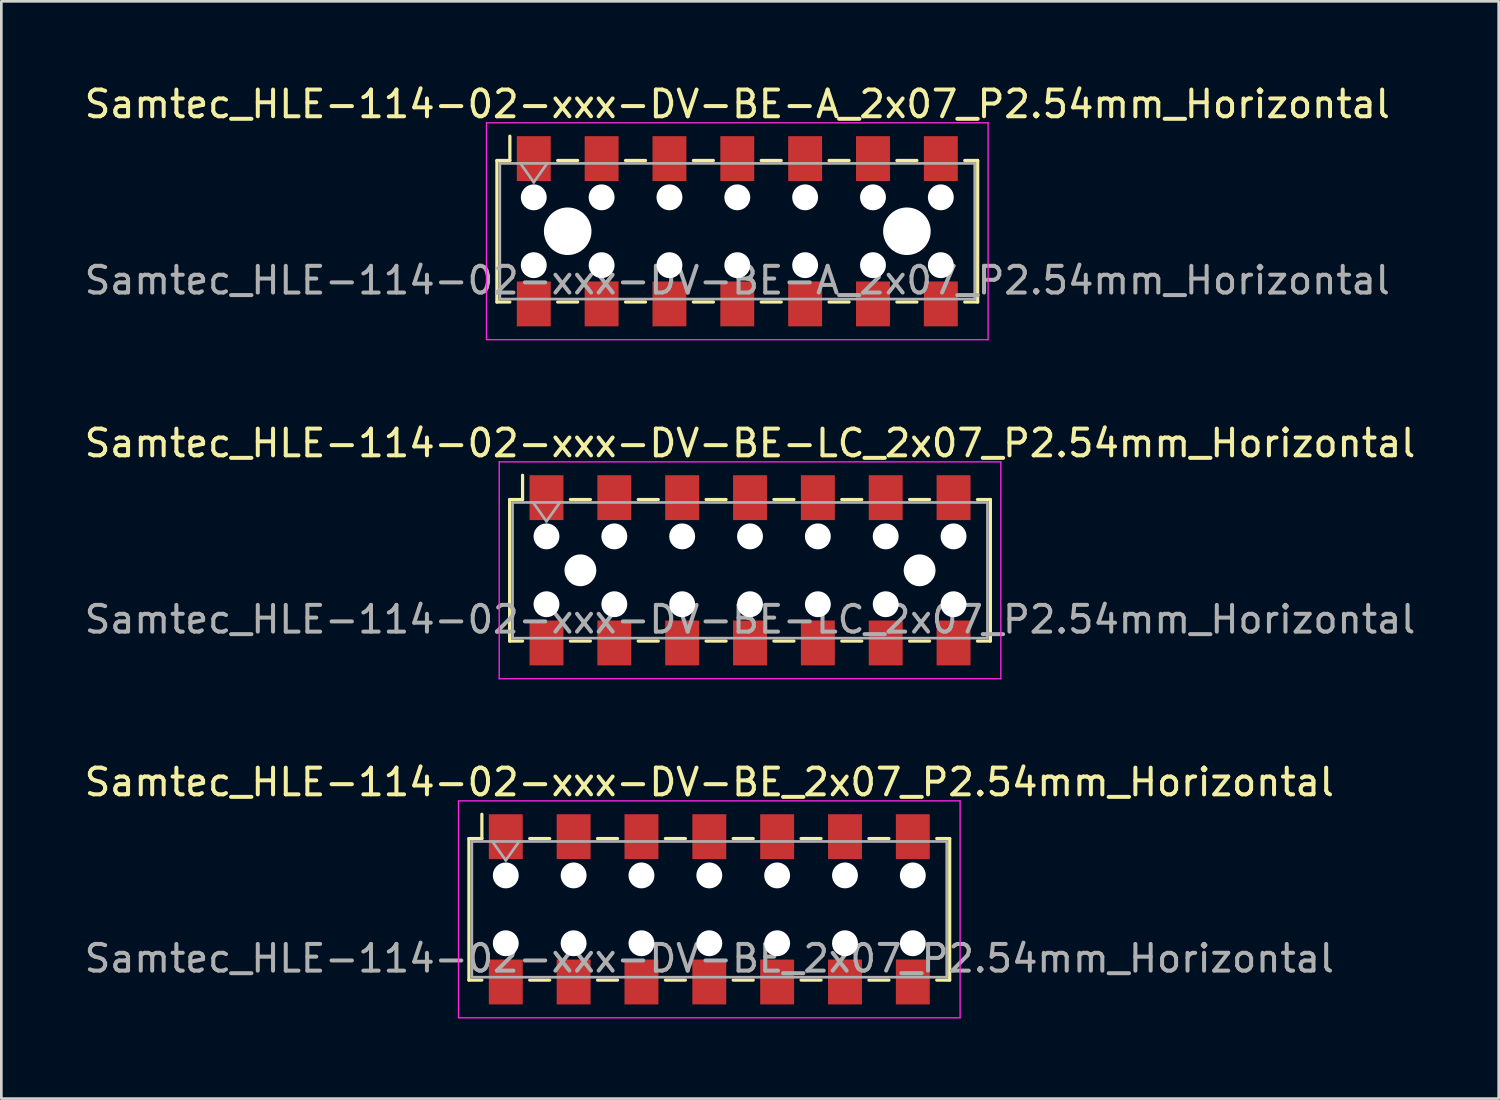
<source format=kicad_pcb>
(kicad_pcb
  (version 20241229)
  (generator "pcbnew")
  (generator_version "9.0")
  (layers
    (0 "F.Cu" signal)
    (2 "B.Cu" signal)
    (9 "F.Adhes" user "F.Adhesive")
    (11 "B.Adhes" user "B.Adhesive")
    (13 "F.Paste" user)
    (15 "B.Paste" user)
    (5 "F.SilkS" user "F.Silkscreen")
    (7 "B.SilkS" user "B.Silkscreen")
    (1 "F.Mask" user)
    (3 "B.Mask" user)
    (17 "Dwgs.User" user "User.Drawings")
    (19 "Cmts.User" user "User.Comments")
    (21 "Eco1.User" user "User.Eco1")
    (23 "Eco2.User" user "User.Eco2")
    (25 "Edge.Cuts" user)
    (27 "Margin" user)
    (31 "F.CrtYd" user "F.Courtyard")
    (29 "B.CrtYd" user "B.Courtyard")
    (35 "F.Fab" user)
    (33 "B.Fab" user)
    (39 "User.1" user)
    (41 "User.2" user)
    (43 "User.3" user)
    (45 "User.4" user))
  (footprint "Samtec_HLE-114-02-xxx-DV-BE_2x07_P2.54mm_Horizontal"
    (layer "F.Cu")
    (at 23.506 30.995)
    (property "Reference" "Samtec_HLE-114-02-xxx-DV-BE_2x07_P2.54mm_Horizontal" (at 0 -4.76 0) (layer "F.SilkS") (effects (font (size 1 1) (thickness 0.15))))
    (attr smd)
    (fp_line (start -9 -2.65) (end -9 2.65) (stroke (width 0.12) (type solid)) (layer "F.SilkS"))
    (fp_line (start -9 2.65) (end -8.515 2.65) (stroke (width 0.12) (type solid)) (layer "F.SilkS"))
    (fp_line (start -8.515 -3.56) (end -8.515 -2.65) (stroke (width 0.12) (type solid)) (layer "F.SilkS"))
    (fp_line (start -8.515 -2.65) (end -9 -2.65) (stroke (width 0.12) (type solid)) (layer "F.SilkS"))
    (fp_line (start -6.725 -2.65) (end -5.975 -2.65) (stroke (width 0.12) (type solid)) (layer "F.SilkS"))
    (fp_line (start -6.725 2.65) (end -5.975 2.65) (stroke (width 0.12) (type solid)) (layer "F.SilkS"))
    (fp_line (start -4.185 -2.65) (end -3.435 -2.65) (stroke (width 0.12) (type solid)) (layer "F.SilkS"))
    (fp_line (start -4.185 2.65) (end -3.435 2.65) (stroke (width 0.12) (type solid)) (layer "F.SilkS"))
    (fp_line (start -1.645 -2.65) (end -0.895 -2.65) (stroke (width 0.12) (type solid)) (layer "F.SilkS"))
    (fp_line (start -1.645 2.65) (end -0.895 2.65) (stroke (width 0.12) (type solid)) (layer "F.SilkS"))
    (fp_line (start 0.895 -2.65) (end 1.645 -2.65) (stroke (width 0.12) (type solid)) (layer "F.SilkS"))
    (fp_line (start 0.895 2.65) (end 1.645 2.65) (stroke (width 0.12) (type solid)) (layer "F.SilkS"))
    (fp_line (start 3.435 -2.65) (end 4.185 -2.65) (stroke (width 0.12) (type solid)) (layer "F.SilkS"))
    (fp_line (start 3.435 2.65) (end 4.185 2.65) (stroke (width 0.12) (type solid)) (layer "F.SilkS"))
    (fp_line (start 5.975 -2.65) (end 6.725 -2.65) (stroke (width 0.12) (type solid)) (layer "F.SilkS"))
    (fp_line (start 5.975 2.65) (end 6.725 2.65) (stroke (width 0.12) (type solid)) (layer "F.SilkS"))
    (fp_line (start 8.515 -2.65) (end 9 -2.65) (stroke (width 0.12) (type solid)) (layer "F.SilkS"))
    (fp_line (start 9 -2.65) (end 9 2.65) (stroke (width 0.12) (type solid)) (layer "F.SilkS"))
    (fp_line (start 9 2.65) (end 8.515 2.65) (stroke (width 0.12) (type solid)) (layer "F.SilkS"))
    (fp_line (start -9.39 -4.06) (end 9.39 -4.06) (stroke (width 0.05) (type solid)) (layer "F.CrtYd"))
    (fp_line (start -9.39 4.06) (end -9.39 -4.06) (stroke (width 0.05) (type solid)) (layer "F.CrtYd"))
    (fp_line (start 9.39 -4.06) (end 9.39 4.06) (stroke (width 0.05) (type solid)) (layer "F.CrtYd"))
    (fp_line (start 9.39 4.06) (end -9.39 4.06) (stroke (width 0.05) (type solid)) (layer "F.CrtYd"))
    (fp_line (start -8.89 -2.54) (end 8.89 -2.54) (stroke (width 0.1) (type solid)) (layer "F.Fab"))
    (fp_line (start -8.89 2.54) (end -8.89 -2.54) (stroke (width 0.1) (type solid)) (layer "F.Fab"))
    (fp_line (start -8.12 -2.54) (end -7.62 -1.833) (stroke (width 0.1) (type solid)) (layer "F.Fab"))
    (fp_line (start -7.62 -1.833) (end -7.12 -2.54) (stroke (width 0.1) (type solid)) (layer "F.Fab"))
    (fp_line (start 8.89 -2.54) (end 8.89 2.54) (stroke (width 0.1) (type solid)) (layer "F.Fab"))
    (fp_line (start 8.89 2.54) (end -8.89 2.54) (stroke (width 0.1) (type solid)) (layer "F.Fab"))
    (fp_text user "${REFERENCE}" (at 0 1.84 0) (layer "F.Fab") (effects (font (size 1 1) (thickness 0.15))))
    (pad "" np_thru_hole circle (at -7.62 -1.27) (size 0.97 0.97) (drill 0.97) (layers "*.Cu" "*.Mask"))
    (pad "" np_thru_hole circle (at -7.62 1.27) (size 0.97 0.97) (drill 0.97) (layers "*.Cu" "*.Mask"))
    (pad "" np_thru_hole circle (at -5.08 -1.27) (size 0.97 0.97) (drill 0.97) (layers "*.Cu" "*.Mask"))
    (pad "" np_thru_hole circle (at -5.08 1.27) (size 0.97 0.97) (drill 0.97) (layers "*.Cu" "*.Mask"))
    (pad "" np_thru_hole circle (at -2.54 -1.27) (size 0.97 0.97) (drill 0.97) (layers "*.Cu" "*.Mask"))
    (pad "" np_thru_hole circle (at -2.54 1.27) (size 0.97 0.97) (drill 0.97) (layers "*.Cu" "*.Mask"))
    (pad "" np_thru_hole circle (at 0 -1.27) (size 0.97 0.97) (drill 0.97) (layers "*.Cu" "*.Mask"))
    (pad "" np_thru_hole circle (at 0 1.27) (size 0.97 0.97) (drill 0.97) (layers "*.Cu" "*.Mask"))
    (pad "" np_thru_hole circle (at 2.54 -1.27) (size 0.97 0.97) (drill 0.97) (layers "*.Cu" "*.Mask"))
    (pad "" np_thru_hole circle (at 2.54 1.27) (size 0.97 0.97) (drill 0.97) (layers "*.Cu" "*.Mask"))
    (pad "" np_thru_hole circle (at 5.08 -1.27) (size 0.97 0.97) (drill 0.97) (layers "*.Cu" "*.Mask"))
    (pad "" np_thru_hole circle (at 5.08 1.27) (size 0.97 0.97) (drill 0.97) (layers "*.Cu" "*.Mask"))
    (pad "" np_thru_hole circle (at 7.62 -1.27) (size 0.97 0.97) (drill 0.97) (layers "*.Cu" "*.Mask"))
    (pad "" np_thru_hole circle (at 7.62 1.27) (size 0.97 0.97) (drill 0.97) (layers "*.Cu" "*.Mask"))
    (pad "1" smd rect (at -7.62 -2.72) (size 1.27 1.68) (layers "F.Cu" "F.Mask" "F.Paste"))
    (pad "2" smd rect (at -7.62 2.72) (size 1.27 1.68) (layers "F.Cu" "F.Mask" "F.Paste"))
    (pad "3" smd rect (at -5.08 -2.72) (size 1.27 1.68) (layers "F.Cu" "F.Mask" "F.Paste"))
    (pad "4" smd rect (at -5.08 2.72) (size 1.27 1.68) (layers "F.Cu" "F.Mask" "F.Paste"))
    (pad "5" smd rect (at -2.54 -2.72) (size 1.27 1.68) (layers "F.Cu" "F.Mask" "F.Paste"))
    (pad "6" smd rect (at -2.54 2.72) (size 1.27 1.68) (layers "F.Cu" "F.Mask" "F.Paste"))
    (pad "7" smd rect (at 0 -2.72) (size 1.27 1.68) (layers "F.Cu" "F.Mask" "F.Paste"))
    (pad "8" smd rect (at 0 2.72) (size 1.27 1.68) (layers "F.Cu" "F.Mask" "F.Paste"))
    (pad "9" smd rect (at 2.54 -2.72) (size 1.27 1.68) (layers "F.Cu" "F.Mask" "F.Paste"))
    (pad "10" smd rect (at 2.54 2.72) (size 1.27 1.68) (layers "F.Cu" "F.Mask" "F.Paste"))
    (pad "11" smd rect (at 5.08 -2.72) (size 1.27 1.68) (layers "F.Cu" "F.Mask" "F.Paste"))
    (pad "12" smd rect (at 5.08 2.72) (size 1.27 1.68) (layers "F.Cu" "F.Mask" "F.Paste"))
    (pad "13" smd rect (at 7.62 -2.72) (size 1.27 1.68) (layers "F.Cu" "F.Mask" "F.Paste"))
    (pad "14" smd rect (at 7.62 2.72) (size 1.27 1.68) (layers "F.Cu" "F.Mask" "F.Paste")))
  (footprint "Samtec_HLE-114-02-xxx-DV-BE-LC_2x07_P2.54mm_Horizontal"
    (layer "F.Cu")
    (at 25.03 18.302)
    (property "Reference" "Samtec_HLE-114-02-xxx-DV-BE-LC_2x07_P2.54mm_Horizontal" (at 0 -4.76 0) (layer "F.SilkS") (effects (font (size 1 1) (thickness 0.15))))
    (attr smd)
    (fp_line (start -9 -2.65) (end -9 2.65) (stroke (width 0.12) (type solid)) (layer "F.SilkS"))
    (fp_line (start -9 2.65) (end -8.515 2.65) (stroke (width 0.12) (type solid)) (layer "F.SilkS"))
    (fp_line (start -8.515 -3.56) (end -8.515 -2.65) (stroke (width 0.12) (type solid)) (layer "F.SilkS"))
    (fp_line (start -8.515 -2.65) (end -9 -2.65) (stroke (width 0.12) (type solid)) (layer "F.SilkS"))
    (fp_line (start -6.725 -2.65) (end -5.975 -2.65) (stroke (width 0.12) (type solid)) (layer "F.SilkS"))
    (fp_line (start -6.725 2.65) (end -5.975 2.65) (stroke (width 0.12) (type solid)) (layer "F.SilkS"))
    (fp_line (start -4.185 -2.65) (end -3.435 -2.65) (stroke (width 0.12) (type solid)) (layer "F.SilkS"))
    (fp_line (start -4.185 2.65) (end -3.435 2.65) (stroke (width 0.12) (type solid)) (layer "F.SilkS"))
    (fp_line (start -1.645 -2.65) (end -0.895 -2.65) (stroke (width 0.12) (type solid)) (layer "F.SilkS"))
    (fp_line (start -1.645 2.65) (end -0.895 2.65) (stroke (width 0.12) (type solid)) (layer "F.SilkS"))
    (fp_line (start 0.895 -2.65) (end 1.645 -2.65) (stroke (width 0.12) (type solid)) (layer "F.SilkS"))
    (fp_line (start 0.895 2.65) (end 1.645 2.65) (stroke (width 0.12) (type solid)) (layer "F.SilkS"))
    (fp_line (start 3.435 -2.65) (end 4.185 -2.65) (stroke (width 0.12) (type solid)) (layer "F.SilkS"))
    (fp_line (start 3.435 2.65) (end 4.185 2.65) (stroke (width 0.12) (type solid)) (layer "F.SilkS"))
    (fp_line (start 5.975 -2.65) (end 6.725 -2.65) (stroke (width 0.12) (type solid)) (layer "F.SilkS"))
    (fp_line (start 5.975 2.65) (end 6.725 2.65) (stroke (width 0.12) (type solid)) (layer "F.SilkS"))
    (fp_line (start 8.515 -2.65) (end 9 -2.65) (stroke (width 0.12) (type solid)) (layer "F.SilkS"))
    (fp_line (start 9 -2.65) (end 9 2.65) (stroke (width 0.12) (type solid)) (layer "F.SilkS"))
    (fp_line (start 9 2.65) (end 8.515 2.65) (stroke (width 0.12) (type solid)) (layer "F.SilkS"))
    (fp_line (start -9.39 -4.06) (end 9.39 -4.06) (stroke (width 0.05) (type solid)) (layer "F.CrtYd"))
    (fp_line (start -9.39 4.06) (end -9.39 -4.06) (stroke (width 0.05) (type solid)) (layer "F.CrtYd"))
    (fp_line (start 9.39 -4.06) (end 9.39 4.06) (stroke (width 0.05) (type solid)) (layer "F.CrtYd"))
    (fp_line (start 9.39 4.06) (end -9.39 4.06) (stroke (width 0.05) (type solid)) (layer "F.CrtYd"))
    (fp_line (start -8.89 -2.54) (end 8.89 -2.54) (stroke (width 0.1) (type solid)) (layer "F.Fab"))
    (fp_line (start -8.89 2.54) (end -8.89 -2.54) (stroke (width 0.1) (type solid)) (layer "F.Fab"))
    (fp_line (start -8.12 -2.54) (end -7.62 -1.833) (stroke (width 0.1) (type solid)) (layer "F.Fab"))
    (fp_line (start -7.62 -1.833) (end -7.12 -2.54) (stroke (width 0.1) (type solid)) (layer "F.Fab"))
    (fp_line (start 8.89 -2.54) (end 8.89 2.54) (stroke (width 0.1) (type solid)) (layer "F.Fab"))
    (fp_line (start 8.89 2.54) (end -8.89 2.54) (stroke (width 0.1) (type solid)) (layer "F.Fab"))
    (fp_text user "${REFERENCE}" (at 0 1.84 0) (layer "F.Fab") (effects (font (size 1 1) (thickness 0.15))))
    (pad "" np_thru_hole circle (at -7.62 -1.27) (size 0.97 0.97) (drill 0.97) (layers "*.Cu" "*.Mask"))
    (pad "" np_thru_hole circle (at -7.62 1.27) (size 0.97 0.97) (drill 0.97) (layers "*.Cu" "*.Mask"))
    (pad "" np_thru_hole circle (at -6.35 0) (size 1.19 1.19) (drill 1.19) (layers "*.Cu" "*.Mask"))
    (pad "" np_thru_hole circle (at -5.08 -1.27) (size 0.97 0.97) (drill 0.97) (layers "*.Cu" "*.Mask"))
    (pad "" np_thru_hole circle (at -5.08 1.27) (size 0.97 0.97) (drill 0.97) (layers "*.Cu" "*.Mask"))
    (pad "" np_thru_hole circle (at -2.54 -1.27) (size 0.97 0.97) (drill 0.97) (layers "*.Cu" "*.Mask"))
    (pad "" np_thru_hole circle (at -2.54 1.27) (size 0.97 0.97) (drill 0.97) (layers "*.Cu" "*.Mask"))
    (pad "" np_thru_hole circle (at 0 -1.27) (size 0.97 0.97) (drill 0.97) (layers "*.Cu" "*.Mask"))
    (pad "" np_thru_hole circle (at 0 1.27) (size 0.97 0.97) (drill 0.97) (layers "*.Cu" "*.Mask"))
    (pad "" np_thru_hole circle (at 2.54 -1.27) (size 0.97 0.97) (drill 0.97) (layers "*.Cu" "*.Mask"))
    (pad "" np_thru_hole circle (at 2.54 1.27) (size 0.97 0.97) (drill 0.97) (layers "*.Cu" "*.Mask"))
    (pad "" np_thru_hole circle (at 5.08 -1.27) (size 0.97 0.97) (drill 0.97) (layers "*.Cu" "*.Mask"))
    (pad "" np_thru_hole circle (at 5.08 1.27) (size 0.97 0.97) (drill 0.97) (layers "*.Cu" "*.Mask"))
    (pad "" np_thru_hole circle (at 6.35 0) (size 1.19 1.19) (drill 1.19) (layers "*.Cu" "*.Mask"))
    (pad "" np_thru_hole circle (at 7.62 -1.27) (size 0.97 0.97) (drill 0.97) (layers "*.Cu" "*.Mask"))
    (pad "" np_thru_hole circle (at 7.62 1.27) (size 0.97 0.97) (drill 0.97) (layers "*.Cu" "*.Mask"))
    (pad "1" smd rect (at -7.62 -2.72) (size 1.27 1.68) (layers "F.Cu" "F.Mask" "F.Paste"))
    (pad "2" smd rect (at -7.62 2.72) (size 1.27 1.68) (layers "F.Cu" "F.Mask" "F.Paste"))
    (pad "3" smd rect (at -5.08 -2.72) (size 1.27 1.68) (layers "F.Cu" "F.Mask" "F.Paste"))
    (pad "4" smd rect (at -5.08 2.72) (size 1.27 1.68) (layers "F.Cu" "F.Mask" "F.Paste"))
    (pad "5" smd rect (at -2.54 -2.72) (size 1.27 1.68) (layers "F.Cu" "F.Mask" "F.Paste"))
    (pad "6" smd rect (at -2.54 2.72) (size 1.27 1.68) (layers "F.Cu" "F.Mask" "F.Paste"))
    (pad "7" smd rect (at 0 -2.72) (size 1.27 1.68) (layers "F.Cu" "F.Mask" "F.Paste"))
    (pad "8" smd rect (at 0 2.72) (size 1.27 1.68) (layers "F.Cu" "F.Mask" "F.Paste"))
    (pad "9" smd rect (at 2.54 -2.72) (size 1.27 1.68) (layers "F.Cu" "F.Mask" "F.Paste"))
    (pad "10" smd rect (at 2.54 2.72) (size 1.27 1.68) (layers "F.Cu" "F.Mask" "F.Paste"))
    (pad "11" smd rect (at 5.08 -2.72) (size 1.27 1.68) (layers "F.Cu" "F.Mask" "F.Paste"))
    (pad "12" smd rect (at 5.08 2.72) (size 1.27 1.68) (layers "F.Cu" "F.Mask" "F.Paste"))
    (pad "13" smd rect (at 7.62 -2.72) (size 1.27 1.68) (layers "F.Cu" "F.Mask" "F.Paste"))
    (pad "14" smd rect (at 7.62 2.72) (size 1.27 1.68) (layers "F.Cu" "F.Mask" "F.Paste")))
  (footprint "Samtec_HLE-114-02-xxx-DV-BE-A_2x07_P2.54mm_Horizontal"
    (layer "F.Cu")
    (at 24.554 5.608)
    (property "Reference" "Samtec_HLE-114-02-xxx-DV-BE-A_2x07_P2.54mm_Horizontal" (at 0 -4.76 0) (layer "F.SilkS") (effects (font (size 1 1) (thickness 0.15))))
    (attr smd)
    (fp_line (start -9 -2.65) (end -9 2.65) (stroke (width 0.12) (type solid)) (layer "F.SilkS"))
    (fp_line (start -9 2.65) (end -8.515 2.65) (stroke (width 0.12) (type solid)) (layer "F.SilkS"))
    (fp_line (start -8.515 -3.56) (end -8.515 -2.65) (stroke (width 0.12) (type solid)) (layer "F.SilkS"))
    (fp_line (start -8.515 -2.65) (end -9 -2.65) (stroke (width 0.12) (type solid)) (layer "F.SilkS"))
    (fp_line (start -6.725 -2.65) (end -5.975 -2.65) (stroke (width 0.12) (type solid)) (layer "F.SilkS"))
    (fp_line (start -6.725 2.65) (end -5.975 2.65) (stroke (width 0.12) (type solid)) (layer "F.SilkS"))
    (fp_line (start -4.185 -2.65) (end -3.435 -2.65) (stroke (width 0.12) (type solid)) (layer "F.SilkS"))
    (fp_line (start -4.185 2.65) (end -3.435 2.65) (stroke (width 0.12) (type solid)) (layer "F.SilkS"))
    (fp_line (start -1.645 -2.65) (end -0.895 -2.65) (stroke (width 0.12) (type solid)) (layer "F.SilkS"))
    (fp_line (start -1.645 2.65) (end -0.895 2.65) (stroke (width 0.12) (type solid)) (layer "F.SilkS"))
    (fp_line (start 0.895 -2.65) (end 1.645 -2.65) (stroke (width 0.12) (type solid)) (layer "F.SilkS"))
    (fp_line (start 0.895 2.65) (end 1.645 2.65) (stroke (width 0.12) (type solid)) (layer "F.SilkS"))
    (fp_line (start 3.435 -2.65) (end 4.185 -2.65) (stroke (width 0.12) (type solid)) (layer "F.SilkS"))
    (fp_line (start 3.435 2.65) (end 4.185 2.65) (stroke (width 0.12) (type solid)) (layer "F.SilkS"))
    (fp_line (start 5.975 -2.65) (end 6.725 -2.65) (stroke (width 0.12) (type solid)) (layer "F.SilkS"))
    (fp_line (start 5.975 2.65) (end 6.725 2.65) (stroke (width 0.12) (type solid)) (layer "F.SilkS"))
    (fp_line (start 8.515 -2.65) (end 9 -2.65) (stroke (width 0.12) (type solid)) (layer "F.SilkS"))
    (fp_line (start 9 -2.65) (end 9 2.65) (stroke (width 0.12) (type solid)) (layer "F.SilkS"))
    (fp_line (start 9 2.65) (end 8.515 2.65) (stroke (width 0.12) (type solid)) (layer "F.SilkS"))
    (fp_line (start -9.39 -4.06) (end 9.39 -4.06) (stroke (width 0.05) (type solid)) (layer "F.CrtYd"))
    (fp_line (start -9.39 4.06) (end -9.39 -4.06) (stroke (width 0.05) (type solid)) (layer "F.CrtYd"))
    (fp_line (start 9.39 -4.06) (end 9.39 4.06) (stroke (width 0.05) (type solid)) (layer "F.CrtYd"))
    (fp_line (start 9.39 4.06) (end -9.39 4.06) (stroke (width 0.05) (type solid)) (layer "F.CrtYd"))
    (fp_line (start -8.89 -2.54) (end 8.89 -2.54) (stroke (width 0.1) (type solid)) (layer "F.Fab"))
    (fp_line (start -8.89 2.54) (end -8.89 -2.54) (stroke (width 0.1) (type solid)) (layer "F.Fab"))
    (fp_line (start -8.12 -2.54) (end -7.62 -1.833) (stroke (width 0.1) (type solid)) (layer "F.Fab"))
    (fp_line (start -7.62 -1.833) (end -7.12 -2.54) (stroke (width 0.1) (type solid)) (layer "F.Fab"))
    (fp_line (start 8.89 -2.54) (end 8.89 2.54) (stroke (width 0.1) (type solid)) (layer "F.Fab"))
    (fp_line (start 8.89 2.54) (end -8.89 2.54) (stroke (width 0.1) (type solid)) (layer "F.Fab"))
    (fp_text user "${REFERENCE}" (at 0 1.84 0) (layer "F.Fab") (effects (font (size 1 1) (thickness 0.15))))
    (pad "" np_thru_hole circle (at -7.62 -1.27) (size 0.97 0.97) (drill 0.97) (layers "*.Cu" "*.Mask"))
    (pad "" np_thru_hole circle (at -7.62 1.27) (size 0.97 0.97) (drill 0.97) (layers "*.Cu" "*.Mask"))
    (pad "" np_thru_hole circle (at -6.35 0) (size 1.78 1.78) (drill 1.78) (layers "*.Cu" "*.Mask"))
    (pad "" np_thru_hole circle (at -5.08 -1.27) (size 0.97 0.97) (drill 0.97) (layers "*.Cu" "*.Mask"))
    (pad "" np_thru_hole circle (at -5.08 1.27) (size 0.97 0.97) (drill 0.97) (layers "*.Cu" "*.Mask"))
    (pad "" np_thru_hole circle (at -2.54 -1.27) (size 0.97 0.97) (drill 0.97) (layers "*.Cu" "*.Mask"))
    (pad "" np_thru_hole circle (at -2.54 1.27) (size 0.97 0.97) (drill 0.97) (layers "*.Cu" "*.Mask"))
    (pad "" np_thru_hole circle (at 0 -1.27) (size 0.97 0.97) (drill 0.97) (layers "*.Cu" "*.Mask"))
    (pad "" np_thru_hole circle (at 0 1.27) (size 0.97 0.97) (drill 0.97) (layers "*.Cu" "*.Mask"))
    (pad "" np_thru_hole circle (at 2.54 -1.27) (size 0.97 0.97) (drill 0.97) (layers "*.Cu" "*.Mask"))
    (pad "" np_thru_hole circle (at 2.54 1.27) (size 0.97 0.97) (drill 0.97) (layers "*.Cu" "*.Mask"))
    (pad "" np_thru_hole circle (at 5.08 -1.27) (size 0.97 0.97) (drill 0.97) (layers "*.Cu" "*.Mask"))
    (pad "" np_thru_hole circle (at 5.08 1.27) (size 0.97 0.97) (drill 0.97) (layers "*.Cu" "*.Mask"))
    (pad "" np_thru_hole circle (at 6.35 0) (size 1.78 1.78) (drill 1.78) (layers "*.Cu" "*.Mask"))
    (pad "" np_thru_hole circle (at 7.62 -1.27) (size 0.97 0.97) (drill 0.97) (layers "*.Cu" "*.Mask"))
    (pad "" np_thru_hole circle (at 7.62 1.27) (size 0.97 0.97) (drill 0.97) (layers "*.Cu" "*.Mask"))
    (pad "1" smd rect (at -7.62 -2.72) (size 1.27 1.68) (layers "F.Cu" "F.Mask" "F.Paste"))
    (pad "2" smd rect (at -7.62 2.72) (size 1.27 1.68) (layers "F.Cu" "F.Mask" "F.Paste"))
    (pad "3" smd rect (at -5.08 -2.72) (size 1.27 1.68) (layers "F.Cu" "F.Mask" "F.Paste"))
    (pad "4" smd rect (at -5.08 2.72) (size 1.27 1.68) (layers "F.Cu" "F.Mask" "F.Paste"))
    (pad "5" smd rect (at -2.54 -2.72) (size 1.27 1.68) (layers "F.Cu" "F.Mask" "F.Paste"))
    (pad "6" smd rect (at -2.54 2.72) (size 1.27 1.68) (layers "F.Cu" "F.Mask" "F.Paste"))
    (pad "7" smd rect (at 0 -2.72) (size 1.27 1.68) (layers "F.Cu" "F.Mask" "F.Paste"))
    (pad "8" smd rect (at 0 2.72) (size 1.27 1.68) (layers "F.Cu" "F.Mask" "F.Paste"))
    (pad "9" smd rect (at 2.54 -2.72) (size 1.27 1.68) (layers "F.Cu" "F.Mask" "F.Paste"))
    (pad "10" smd rect (at 2.54 2.72) (size 1.27 1.68) (layers "F.Cu" "F.Mask" "F.Paste"))
    (pad "11" smd rect (at 5.08 -2.72) (size 1.27 1.68) (layers "F.Cu" "F.Mask" "F.Paste"))
    (pad "12" smd rect (at 5.08 2.72) (size 1.27 1.68) (layers "F.Cu" "F.Mask" "F.Paste"))
    (pad "13" smd rect (at 7.62 -2.72) (size 1.27 1.68) (layers "F.Cu" "F.Mask" "F.Paste"))
    (pad "14" smd rect (at 7.62 2.72) (size 1.27 1.68) (layers "F.Cu" "F.Mask" "F.Paste")))
  (gr_rect
    (start -3 -3)
    (end 53.06 38.08)
    (stroke (width 0.1) (type default))
    (fill no)
    (layer "Edge.Cuts")))
</source>
